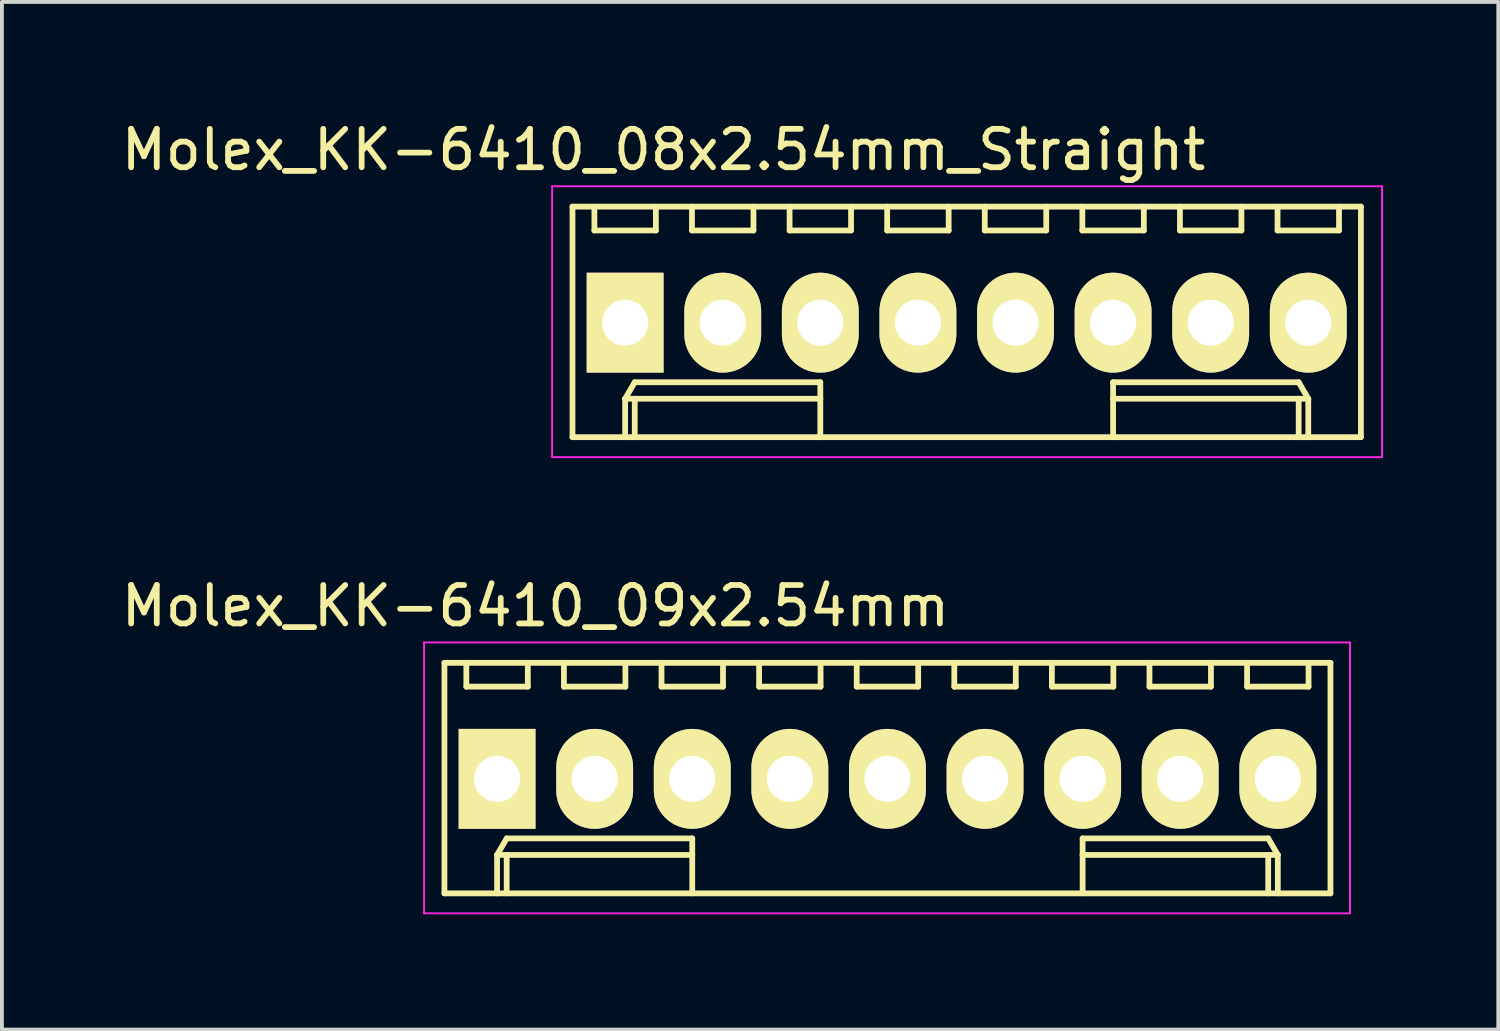
<source format=kicad_pcb>
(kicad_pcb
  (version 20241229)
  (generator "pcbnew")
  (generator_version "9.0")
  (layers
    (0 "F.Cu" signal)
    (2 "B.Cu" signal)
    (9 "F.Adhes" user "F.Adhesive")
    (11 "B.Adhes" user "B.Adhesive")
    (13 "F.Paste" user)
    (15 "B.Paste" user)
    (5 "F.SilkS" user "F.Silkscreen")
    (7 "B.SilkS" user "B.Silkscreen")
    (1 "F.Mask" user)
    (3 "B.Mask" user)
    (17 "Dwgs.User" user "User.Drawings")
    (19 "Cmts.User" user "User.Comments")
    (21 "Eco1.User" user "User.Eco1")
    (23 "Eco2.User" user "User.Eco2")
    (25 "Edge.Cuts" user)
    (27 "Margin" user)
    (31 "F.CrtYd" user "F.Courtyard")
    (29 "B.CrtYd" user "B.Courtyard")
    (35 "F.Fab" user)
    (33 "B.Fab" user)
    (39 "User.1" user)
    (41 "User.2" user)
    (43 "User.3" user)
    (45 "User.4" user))
  (footprint "Molex_KK-6410_08x2.54mm_Straight"
    (layer "F.Cu")
    (at 13.22 5.348)
    (property "Reference" "Molex_KK-6410_08x2.54mm_Straight" (at 1 -4.5 0) (layer "F.SilkS") (effects (font (size 1 1) (thickness 0.15))))
    (attr through_hole)
    (fp_line (start -1.37 -3.02) (end -1.37 2.98) (stroke (width 0.15) (type solid)) (layer "F.SilkS"))
    (fp_line (start -1.37 2.98) (end 19.15 2.98) (stroke (width 0.15) (type solid)) (layer "F.SilkS"))
    (fp_line (start -0.8 -3.02) (end -0.8 -2.4) (stroke (width 0.15) (type solid)) (layer "F.SilkS"))
    (fp_line (start -0.8 -2.4) (end 0.8 -2.4) (stroke (width 0.15) (type solid)) (layer "F.SilkS"))
    (fp_line (start 0 1.98) (end 0.25 1.55) (stroke (width 0.15) (type solid)) (layer "F.SilkS"))
    (fp_line (start 0 1.98) (end 5.08 1.98) (stroke (width 0.15) (type solid)) (layer "F.SilkS"))
    (fp_line (start 0 2.98) (end 0 1.98) (stroke (width 0.15) (type solid)) (layer "F.SilkS"))
    (fp_line (start 0.25 1.55) (end 5.08 1.55) (stroke (width 0.15) (type solid)) (layer "F.SilkS"))
    (fp_line (start 0.25 2.98) (end 0.25 1.98) (stroke (width 0.15) (type solid)) (layer "F.SilkS"))
    (fp_line (start 0.8 -2.4) (end 0.8 -3.02) (stroke (width 0.15) (type solid)) (layer "F.SilkS"))
    (fp_line (start 1.74 -3.02) (end 1.74 -2.4) (stroke (width 0.15) (type solid)) (layer "F.SilkS"))
    (fp_line (start 1.74 -2.4) (end 3.34 -2.4) (stroke (width 0.15) (type solid)) (layer "F.SilkS"))
    (fp_line (start 3.34 -2.4) (end 3.34 -3.02) (stroke (width 0.15) (type solid)) (layer "F.SilkS"))
    (fp_line (start 4.28 -3.02) (end 4.28 -2.4) (stroke (width 0.15) (type solid)) (layer "F.SilkS"))
    (fp_line (start 4.28 -2.4) (end 5.88 -2.4) (stroke (width 0.15) (type solid)) (layer "F.SilkS"))
    (fp_line (start 5.08 1.55) (end 5.08 1.98) (stroke (width 0.15) (type solid)) (layer "F.SilkS"))
    (fp_line (start 5.08 1.98) (end 5.08 2.98) (stroke (width 0.15) (type solid)) (layer "F.SilkS"))
    (fp_line (start 5.88 -2.4) (end 5.88 -3.02) (stroke (width 0.15) (type solid)) (layer "F.SilkS"))
    (fp_line (start 6.82 -3.02) (end 6.82 -2.4) (stroke (width 0.15) (type solid)) (layer "F.SilkS"))
    (fp_line (start 6.82 -2.4) (end 8.42 -2.4) (stroke (width 0.15) (type solid)) (layer "F.SilkS"))
    (fp_line (start 8.42 -2.4) (end 8.42 -3.02) (stroke (width 0.15) (type solid)) (layer "F.SilkS"))
    (fp_line (start 9.36 -3.02) (end 9.36 -2.4) (stroke (width 0.15) (type solid)) (layer "F.SilkS"))
    (fp_line (start 9.36 -2.4) (end 10.96 -2.4) (stroke (width 0.15) (type solid)) (layer "F.SilkS"))
    (fp_line (start 10.96 -2.4) (end 10.96 -3.02) (stroke (width 0.15) (type solid)) (layer "F.SilkS"))
    (fp_line (start 11.9 -3.02) (end 11.9 -2.4) (stroke (width 0.15) (type solid)) (layer "F.SilkS"))
    (fp_line (start 11.9 -2.4) (end 13.5 -2.4) (stroke (width 0.15) (type solid)) (layer "F.SilkS"))
    (fp_line (start 12.7 1.55) (end 12.7 1.98) (stroke (width 0.15) (type solid)) (layer "F.SilkS"))
    (fp_line (start 12.7 1.98) (end 12.7 2.98) (stroke (width 0.15) (type solid)) (layer "F.SilkS"))
    (fp_line (start 13.5 -2.4) (end 13.5 -3.02) (stroke (width 0.15) (type solid)) (layer "F.SilkS"))
    (fp_line (start 14.44 -3.02) (end 14.44 -2.4) (stroke (width 0.15) (type solid)) (layer "F.SilkS"))
    (fp_line (start 14.44 -2.4) (end 16.04 -2.4) (stroke (width 0.15) (type solid)) (layer "F.SilkS"))
    (fp_line (start 16.04 -2.4) (end 16.04 -3.02) (stroke (width 0.15) (type solid)) (layer "F.SilkS"))
    (fp_line (start 16.98 -3.02) (end 16.98 -2.4) (stroke (width 0.15) (type solid)) (layer "F.SilkS"))
    (fp_line (start 16.98 -2.4) (end 18.58 -2.4) (stroke (width 0.15) (type solid)) (layer "F.SilkS"))
    (fp_line (start 17.53 1.55) (end 12.7 1.55) (stroke (width 0.15) (type solid)) (layer "F.SilkS"))
    (fp_line (start 17.53 2.98) (end 17.53 1.98) (stroke (width 0.15) (type solid)) (layer "F.SilkS"))
    (fp_line (start 17.78 1.98) (end 12.7 1.98) (stroke (width 0.15) (type solid)) (layer "F.SilkS"))
    (fp_line (start 17.78 1.98) (end 17.53 1.55) (stroke (width 0.15) (type solid)) (layer "F.SilkS"))
    (fp_line (start 17.78 2.98) (end 17.78 1.98) (stroke (width 0.15) (type solid)) (layer "F.SilkS"))
    (fp_line (start 18.58 -2.4) (end 18.58 -3.02) (stroke (width 0.15) (type solid)) (layer "F.SilkS"))
    (fp_line (start 19.15 -3.02) (end -1.37 -3.02) (stroke (width 0.15) (type solid)) (layer "F.SilkS"))
    (fp_line (start 19.15 2.98) (end 19.15 -3.02) (stroke (width 0.15) (type solid)) (layer "F.SilkS"))
    (fp_line (start -1.9 -3.55) (end 19.7 -3.55) (stroke (width 0.05) (type solid)) (layer "F.CrtYd"))
    (fp_line (start -1.9 3.5) (end -1.9 -3.55) (stroke (width 0.05) (type solid)) (layer "F.CrtYd"))
    (fp_line (start 19.7 -3.55) (end 19.7 3.5) (stroke (width 0.05) (type solid)) (layer "F.CrtYd"))
    (fp_line (start 19.7 3.5) (end -1.9 3.5) (stroke (width 0.05) (type solid)) (layer "F.CrtYd"))
    (pad "1" thru_hole rect (at 0 0) (size 2 2.6) (drill 1.2) (layers "*.Cu" "*.Mask" "F.SilkS"))
    (pad "2" thru_hole oval (at 2.54 0) (size 2 2.6) (drill 1.2) (layers "*.Cu" "*.Mask" "F.SilkS"))
    (pad "3" thru_hole oval (at 5.08 0) (size 2 2.6) (drill 1.2) (layers "*.Cu" "*.Mask" "F.SilkS"))
    (pad "4" thru_hole oval (at 7.62 0) (size 2 2.6) (drill 1.2) (layers "*.Cu" "*.Mask" "F.SilkS"))
    (pad "5" thru_hole oval (at 10.16 0) (size 2 2.6) (drill 1.2) (layers "*.Cu" "*.Mask" "F.SilkS"))
    (pad "6" thru_hole oval (at 12.7 0) (size 2 2.6) (drill 1.2) (layers "*.Cu" "*.Mask" "F.SilkS"))
    (pad "7" thru_hole oval (at 15.24 0) (size 2 2.6) (drill 1.2) (layers "*.Cu" "*.Mask" "F.SilkS"))
    (pad "8" thru_hole oval (at 17.78 0) (size 2 2.6) (drill 1.2) (layers "*.Cu" "*.Mask" "F.SilkS")))
  (footprint "Molex_KK-6410_09x2.54mm"
    (layer "F.Cu")
    (at 9.887 17.221)
    (property "Reference" "Molex_KK-6410_09x2.54mm" (at 1 -4.5 0) (layer "F.SilkS") (effects (font (size 1 1) (thickness 0.15))))
    (attr through_hole)
    (fp_line (start -1.37 -3.02) (end -1.37 2.98) (stroke (width 0.15) (type solid)) (layer "F.SilkS"))
    (fp_line (start -1.37 2.98) (end 21.69 2.98) (stroke (width 0.15) (type solid)) (layer "F.SilkS"))
    (fp_line (start -0.8 -3.02) (end -0.8 -2.4) (stroke (width 0.15) (type solid)) (layer "F.SilkS"))
    (fp_line (start -0.8 -2.4) (end 0.8 -2.4) (stroke (width 0.15) (type solid)) (layer "F.SilkS"))
    (fp_line (start 0 1.98) (end 0.25 1.55) (stroke (width 0.15) (type solid)) (layer "F.SilkS"))
    (fp_line (start 0 1.98) (end 5.08 1.98) (stroke (width 0.15) (type solid)) (layer "F.SilkS"))
    (fp_line (start 0 2.98) (end 0 1.98) (stroke (width 0.15) (type solid)) (layer "F.SilkS"))
    (fp_line (start 0.25 1.55) (end 5.08 1.55) (stroke (width 0.15) (type solid)) (layer "F.SilkS"))
    (fp_line (start 0.25 2.98) (end 0.25 1.98) (stroke (width 0.15) (type solid)) (layer "F.SilkS"))
    (fp_line (start 0.8 -2.4) (end 0.8 -3.02) (stroke (width 0.15) (type solid)) (layer "F.SilkS"))
    (fp_line (start 1.74 -3.02) (end 1.74 -2.4) (stroke (width 0.15) (type solid)) (layer "F.SilkS"))
    (fp_line (start 1.74 -2.4) (end 3.34 -2.4) (stroke (width 0.15) (type solid)) (layer "F.SilkS"))
    (fp_line (start 3.34 -2.4) (end 3.34 -3.02) (stroke (width 0.15) (type solid)) (layer "F.SilkS"))
    (fp_line (start 4.28 -3.02) (end 4.28 -2.4) (stroke (width 0.15) (type solid)) (layer "F.SilkS"))
    (fp_line (start 4.28 -2.4) (end 5.88 -2.4) (stroke (width 0.15) (type solid)) (layer "F.SilkS"))
    (fp_line (start 5.08 1.55) (end 5.08 1.98) (stroke (width 0.15) (type solid)) (layer "F.SilkS"))
    (fp_line (start 5.08 1.98) (end 5.08 2.98) (stroke (width 0.15) (type solid)) (layer "F.SilkS"))
    (fp_line (start 5.88 -2.4) (end 5.88 -3.02) (stroke (width 0.15) (type solid)) (layer "F.SilkS"))
    (fp_line (start 6.82 -3.02) (end 6.82 -2.4) (stroke (width 0.15) (type solid)) (layer "F.SilkS"))
    (fp_line (start 6.82 -2.4) (end 8.42 -2.4) (stroke (width 0.15) (type solid)) (layer "F.SilkS"))
    (fp_line (start 8.42 -2.4) (end 8.42 -3.02) (stroke (width 0.15) (type solid)) (layer "F.SilkS"))
    (fp_line (start 9.36 -3.02) (end 9.36 -2.4) (stroke (width 0.15) (type solid)) (layer "F.SilkS"))
    (fp_line (start 9.36 -2.4) (end 10.96 -2.4) (stroke (width 0.15) (type solid)) (layer "F.SilkS"))
    (fp_line (start 10.96 -2.4) (end 10.96 -3.02) (stroke (width 0.15) (type solid)) (layer "F.SilkS"))
    (fp_line (start 11.9 -3.02) (end 11.9 -2.4) (stroke (width 0.15) (type solid)) (layer "F.SilkS"))
    (fp_line (start 11.9 -2.4) (end 13.5 -2.4) (stroke (width 0.15) (type solid)) (layer "F.SilkS"))
    (fp_line (start 13.5 -2.4) (end 13.5 -3.02) (stroke (width 0.15) (type solid)) (layer "F.SilkS"))
    (fp_line (start 14.44 -3.02) (end 14.44 -2.4) (stroke (width 0.15) (type solid)) (layer "F.SilkS"))
    (fp_line (start 14.44 -2.4) (end 16.04 -2.4) (stroke (width 0.15) (type solid)) (layer "F.SilkS"))
    (fp_line (start 15.24 1.55) (end 15.24 1.98) (stroke (width 0.15) (type solid)) (layer "F.SilkS"))
    (fp_line (start 15.24 1.98) (end 15.24 2.98) (stroke (width 0.15) (type solid)) (layer "F.SilkS"))
    (fp_line (start 16.04 -2.4) (end 16.04 -3.02) (stroke (width 0.15) (type solid)) (layer "F.SilkS"))
    (fp_line (start 16.98 -3.02) (end 16.98 -2.4) (stroke (width 0.15) (type solid)) (layer "F.SilkS"))
    (fp_line (start 16.98 -2.4) (end 18.58 -2.4) (stroke (width 0.15) (type solid)) (layer "F.SilkS"))
    (fp_line (start 18.58 -2.4) (end 18.58 -3.02) (stroke (width 0.15) (type solid)) (layer "F.SilkS"))
    (fp_line (start 19.52 -3.02) (end 19.52 -2.4) (stroke (width 0.15) (type solid)) (layer "F.SilkS"))
    (fp_line (start 19.52 -2.4) (end 21.12 -2.4) (stroke (width 0.15) (type solid)) (layer "F.SilkS"))
    (fp_line (start 20.07 1.55) (end 15.24 1.55) (stroke (width 0.15) (type solid)) (layer "F.SilkS"))
    (fp_line (start 20.07 2.98) (end 20.07 1.98) (stroke (width 0.15) (type solid)) (layer "F.SilkS"))
    (fp_line (start 20.32 1.98) (end 15.24 1.98) (stroke (width 0.15) (type solid)) (layer "F.SilkS"))
    (fp_line (start 20.32 1.98) (end 20.07 1.55) (stroke (width 0.15) (type solid)) (layer "F.SilkS"))
    (fp_line (start 20.32 2.98) (end 20.32 1.98) (stroke (width 0.15) (type solid)) (layer "F.SilkS"))
    (fp_line (start 21.12 -2.4) (end 21.12 -3.02) (stroke (width 0.15) (type solid)) (layer "F.SilkS"))
    (fp_line (start 21.69 -3.02) (end -1.37 -3.02) (stroke (width 0.15) (type solid)) (layer "F.SilkS"))
    (fp_line (start 21.69 2.98) (end 21.69 -3.02) (stroke (width 0.15) (type solid)) (layer "F.SilkS"))
    (fp_line (start -1.9 -3.55) (end 22.2 -3.55) (stroke (width 0.05) (type solid)) (layer "F.CrtYd"))
    (fp_line (start -1.9 3.5) (end -1.9 -3.55) (stroke (width 0.05) (type solid)) (layer "F.CrtYd"))
    (fp_line (start 22.2 -3.55) (end 22.2 3.5) (stroke (width 0.05) (type solid)) (layer "F.CrtYd"))
    (fp_line (start 22.2 3.5) (end -1.9 3.5) (stroke (width 0.05) (type solid)) (layer "F.CrtYd"))
    (pad "1" thru_hole rect (at 0 0) (size 2 2.6) (drill 1.2) (layers "*.Cu" "*.Mask" "F.SilkS"))
    (pad "2" thru_hole oval (at 2.54 0) (size 2 2.6) (drill 1.2) (layers "*.Cu" "*.Mask" "F.SilkS"))
    (pad "3" thru_hole oval (at 5.08 0) (size 2 2.6) (drill 1.2) (layers "*.Cu" "*.Mask" "F.SilkS"))
    (pad "4" thru_hole oval (at 7.62 0) (size 2 2.6) (drill 1.2) (layers "*.Cu" "*.Mask" "F.SilkS"))
    (pad "5" thru_hole oval (at 10.16 0) (size 2 2.6) (drill 1.2) (layers "*.Cu" "*.Mask" "F.SilkS"))
    (pad "6" thru_hole oval (at 12.7 0) (size 2 2.6) (drill 1.2) (layers "*.Cu" "*.Mask" "F.SilkS"))
    (pad "7" thru_hole oval (at 15.24 0) (size 2 2.6) (drill 1.2) (layers "*.Cu" "*.Mask" "F.SilkS"))
    (pad "8" thru_hole oval (at 17.78 0) (size 2 2.6) (drill 1.2) (layers "*.Cu" "*.Mask" "F.SilkS"))
    (pad "9" thru_hole oval (at 20.32 0) (size 2 2.6) (drill 1.2) (layers "*.Cu" "*.Mask" "F.SilkS")))
  (gr_rect
    (start -3 -3)
    (end 35.945 23.747)
    (stroke (width 0.1) (type default))
    (fill no)
    (layer "Edge.Cuts")))
</source>
